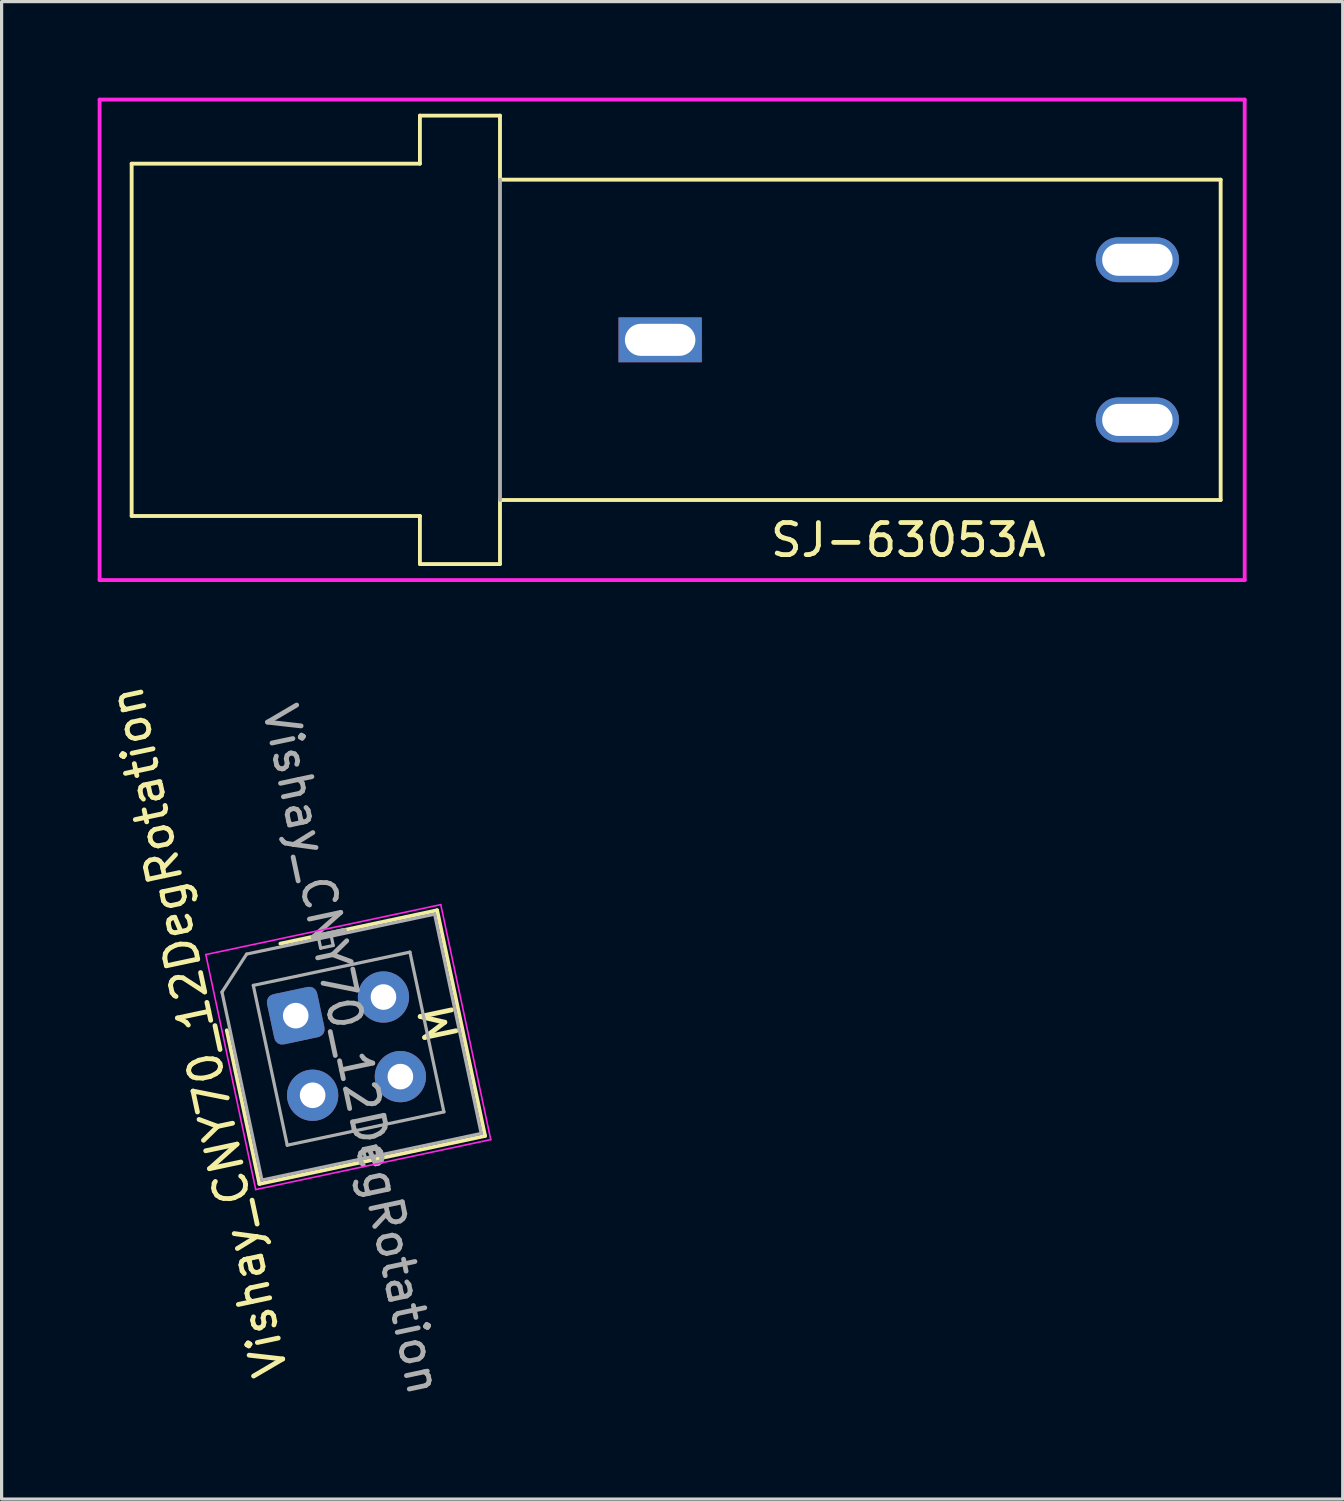
<source format=kicad_pcb>
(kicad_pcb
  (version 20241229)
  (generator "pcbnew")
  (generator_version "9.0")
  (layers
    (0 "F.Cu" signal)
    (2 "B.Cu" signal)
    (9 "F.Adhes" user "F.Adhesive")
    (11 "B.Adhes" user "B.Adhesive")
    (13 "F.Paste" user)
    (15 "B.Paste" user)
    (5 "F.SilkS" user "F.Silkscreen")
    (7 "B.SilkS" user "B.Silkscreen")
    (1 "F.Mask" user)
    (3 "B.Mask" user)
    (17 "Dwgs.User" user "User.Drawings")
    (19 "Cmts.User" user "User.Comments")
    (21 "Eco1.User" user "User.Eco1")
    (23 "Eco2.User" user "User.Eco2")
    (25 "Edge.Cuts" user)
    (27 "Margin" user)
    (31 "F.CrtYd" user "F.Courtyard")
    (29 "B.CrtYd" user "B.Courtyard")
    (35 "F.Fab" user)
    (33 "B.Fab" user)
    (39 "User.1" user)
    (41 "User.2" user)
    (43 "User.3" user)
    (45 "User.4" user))
  (footprint "Vishay_CNY70_12DegRotation"
    (layer "F.Cu")
    (at 7.972 29.7)
    (property "Reference" "Vishay_CNY70_12DegRotation" (at -4.834 -0.545 102) (unlocked yes) (layer "F.SilkS") (effects (font (size 1 1) (thickness 0.15))))
    (attr through_hole)
    (fp_line (start -3.941 -0.582) (end -2.922 4.211) (stroke (width 0.12) (type solid)) (layer "F.SilkS"))
    (fp_line (start -2.922 4.211) (end 4.121 2.714) (stroke (width 0.12) (type solid)) (layer "F.SilkS"))
    (fp_line (start 2.624 -4.329) (end -2.267 -3.289) (stroke (width 0.12) (type solid)) (layer "F.SilkS"))
    (fp_line (start 4.121 2.714) (end 2.624 -4.329) (stroke (width 0.12) (type solid)) (layer "F.SilkS"))
    (fp_line (start -4.597 -2.947) (end -3.038 4.389) (stroke (width 0.05) (type solid)) (layer "F.CrtYd"))
    (fp_line (start -4.597 -2.947) (end 2.739 -4.507) (stroke (width 0.05) (type solid)) (layer "F.CrtYd"))
    (fp_line (start 4.299 2.829) (end -3.038 4.389) (stroke (width 0.05) (type solid)) (layer "F.CrtYd"))
    (fp_line (start 4.299 2.829) (end 2.739 -4.507) (stroke (width 0.05) (type solid)) (layer "F.CrtYd"))
    (fp_line (start -4.092 -1.777) (end -3.322 -2.963) (stroke (width 0.1) (type solid)) (layer "F.Fab"))
    (fp_line (start -3.322 -2.963) (end 2.547 -4.21) (stroke (width 0.1) (type solid)) (layer "F.Fab"))
    (fp_line (start -3.114 -1.985) (end -2.054 3.004) (stroke (width 0.1) (type solid)) (layer "F.Fab"))
    (fp_line (start -2.845 4.092) (end -4.092 -1.777) (stroke (width 0.1) (type solid)) (layer "F.Fab"))
    (fp_line (start -2.054 3.004) (end 2.837 1.964) (stroke (width 0.1) (type solid)) (layer "F.Fab"))
    (fp_line (start -1.073 -3.441) (end -1.01 -3.148) (stroke (width 0.1) (type solid)) (layer "F.Fab"))
    (fp_line (start -1.01 -3.148) (end -0.619 -3.231) (stroke (width 0.1) (type solid)) (layer "F.Fab"))
    (fp_line (start -0.619 -3.231) (end -0.681 -3.524) (stroke (width 0.1) (type solid)) (layer "F.Fab"))
    (fp_line (start 0.32 3.113) (end 0.383 3.406) (stroke (width 0.1) (type solid)) (layer "F.Fab"))
    (fp_line (start 0.712 3.029) (end 0.32 3.113) (stroke (width 0.1) (type solid)) (layer "F.Fab"))
    (fp_line (start 0.774 3.323) (end 0.712 3.029) (stroke (width 0.1) (type solid)) (layer "F.Fab"))
    (fp_line (start 1.776 -3.024) (end -3.114 -1.985) (stroke (width 0.1) (type solid)) (layer "F.Fab"))
    (fp_line (start 2.547 -4.21) (end 4.002 2.637) (stroke (width 0.1) (type solid)) (layer "F.Fab"))
    (fp_line (start 2.837 1.964) (end 1.776 -3.024) (stroke (width 0.1) (type solid)) (layer "F.Fab"))
    (fp_line (start 4.002 2.637) (end -2.845 4.092) (stroke (width 0.1) (type solid)) (layer "F.Fab"))
    (fp_text user "M" (at 2.7 -0.8 102) (unlocked yes) (layer "F.SilkS") (effects (font (size 1 1) (thickness 0.15))))
    (fp_text user "${REFERENCE}" (at -0.031 0.018 282) (layer "F.Fab") (effects (font (size 1 1) (thickness 0.15))))
    (pad "1" thru_hole roundrect (at -1.789 -1.04 12) (size 1.6 1.6) (drill 0.8) (layers "*.Cu" "*.Mask") (roundrect_rratio 0.156))
    (pad "2" thru_hole circle (at -1.261 1.445 12) (size 1.6 1.6) (drill 0.8) (layers "*.Cu" "*.Mask"))
    (pad "3" thru_hole circle (at 1.478 0.863 12) (size 1.6 1.6) (drill 0.8) (layers "*.Cu" "*.Mask"))
    (pad "4" thru_hole circle (at 0.95 -1.622 12) (size 1.6 1.6) (drill 0.8) (layers "*.Cu" "*.Mask")))
  (footprint "SJ-63053A"
    (layer "F.Cu")
    (at 10.06 7.56)
    (property "Reference" "SJ-63053A" (at 15.25 6.25 0) (layer "F.SilkS") (effects (font (size 1 1) (thickness 0.15))))
    (attr through_hole)
    (fp_line (start -9 -5.5) (end 0 -5.5) (stroke (width 0.12) (type solid)) (layer "F.SilkS"))
    (fp_line (start -9 5.5) (end -9 -5.5) (stroke (width 0.12) (type solid)) (layer "F.SilkS"))
    (fp_line (start 0 -7) (end 2.5 -7) (stroke (width 0.12) (type solid)) (layer "F.SilkS"))
    (fp_line (start 0 -5.5) (end 0 -7) (stroke (width 0.12) (type solid)) (layer "F.SilkS"))
    (fp_line (start 0 5.5) (end -9 5.5) (stroke (width 0.12) (type solid)) (layer "F.SilkS"))
    (fp_line (start 0 7) (end 0 5.5) (stroke (width 0.12) (type solid)) (layer "F.SilkS"))
    (fp_line (start 2.5 -5) (end 2.5 -7) (stroke (width 0.12) (type solid)) (layer "F.SilkS"))
    (fp_line (start 2.5 -5) (end 25 -5) (stroke (width 0.12) (type solid)) (layer "F.SilkS"))
    (fp_line (start 2.5 5) (end 2.5 7) (stroke (width 0.12) (type solid)) (layer "F.SilkS"))
    (fp_line (start 2.5 7) (end 0 7) (stroke (width 0.12) (type solid)) (layer "F.SilkS"))
    (fp_line (start 25 -5) (end 25 5) (stroke (width 0.12) (type solid)) (layer "F.SilkS"))
    (fp_line (start 25 5) (end 2.5 5) (stroke (width 0.12) (type solid)) (layer "F.SilkS"))
    (fp_line (start -10 -7.5) (end 25.75 -7.5) (stroke (width 0.12) (type solid)) (layer "F.CrtYd"))
    (fp_line (start -10 7.5) (end -10 -7.5) (stroke (width 0.12) (type solid)) (layer "F.CrtYd"))
    (fp_line (start 25.75 -7.5) (end 25.75 7.5) (stroke (width 0.12) (type solid)) (layer "F.CrtYd"))
    (fp_line (start 25.75 7.5) (end -10 7.5) (stroke (width 0.12) (type solid)) (layer "F.CrtYd"))
    (fp_line (start 2.5 -5) (end 2.5 5) (stroke (width 0.12) (type solid)) (layer "F.Fab"))
    (pad "R" thru_hole oval (at 22.4 -2.5) (size 2.6 1.4) (drill oval 2.2 1) (layers "*.Cu" "*.Mask"))
    (pad "S" thru_hole rect (at 7.5 0) (size 2.6 1.4) (drill oval 2.2 1) (layers "*.Cu" "*.Mask"))
    (pad "T" thru_hole oval (at 22.4 2.5) (size 2.6 1.4) (drill oval 2.2 1) (layers "*.Cu" "*.Mask")))
  (gr_rect
    (start -3 -3)
    (end 38.87 43.753)
    (stroke (width 0.1) (type default))
    (fill no)
    (layer "Edge.Cuts")))
</source>
